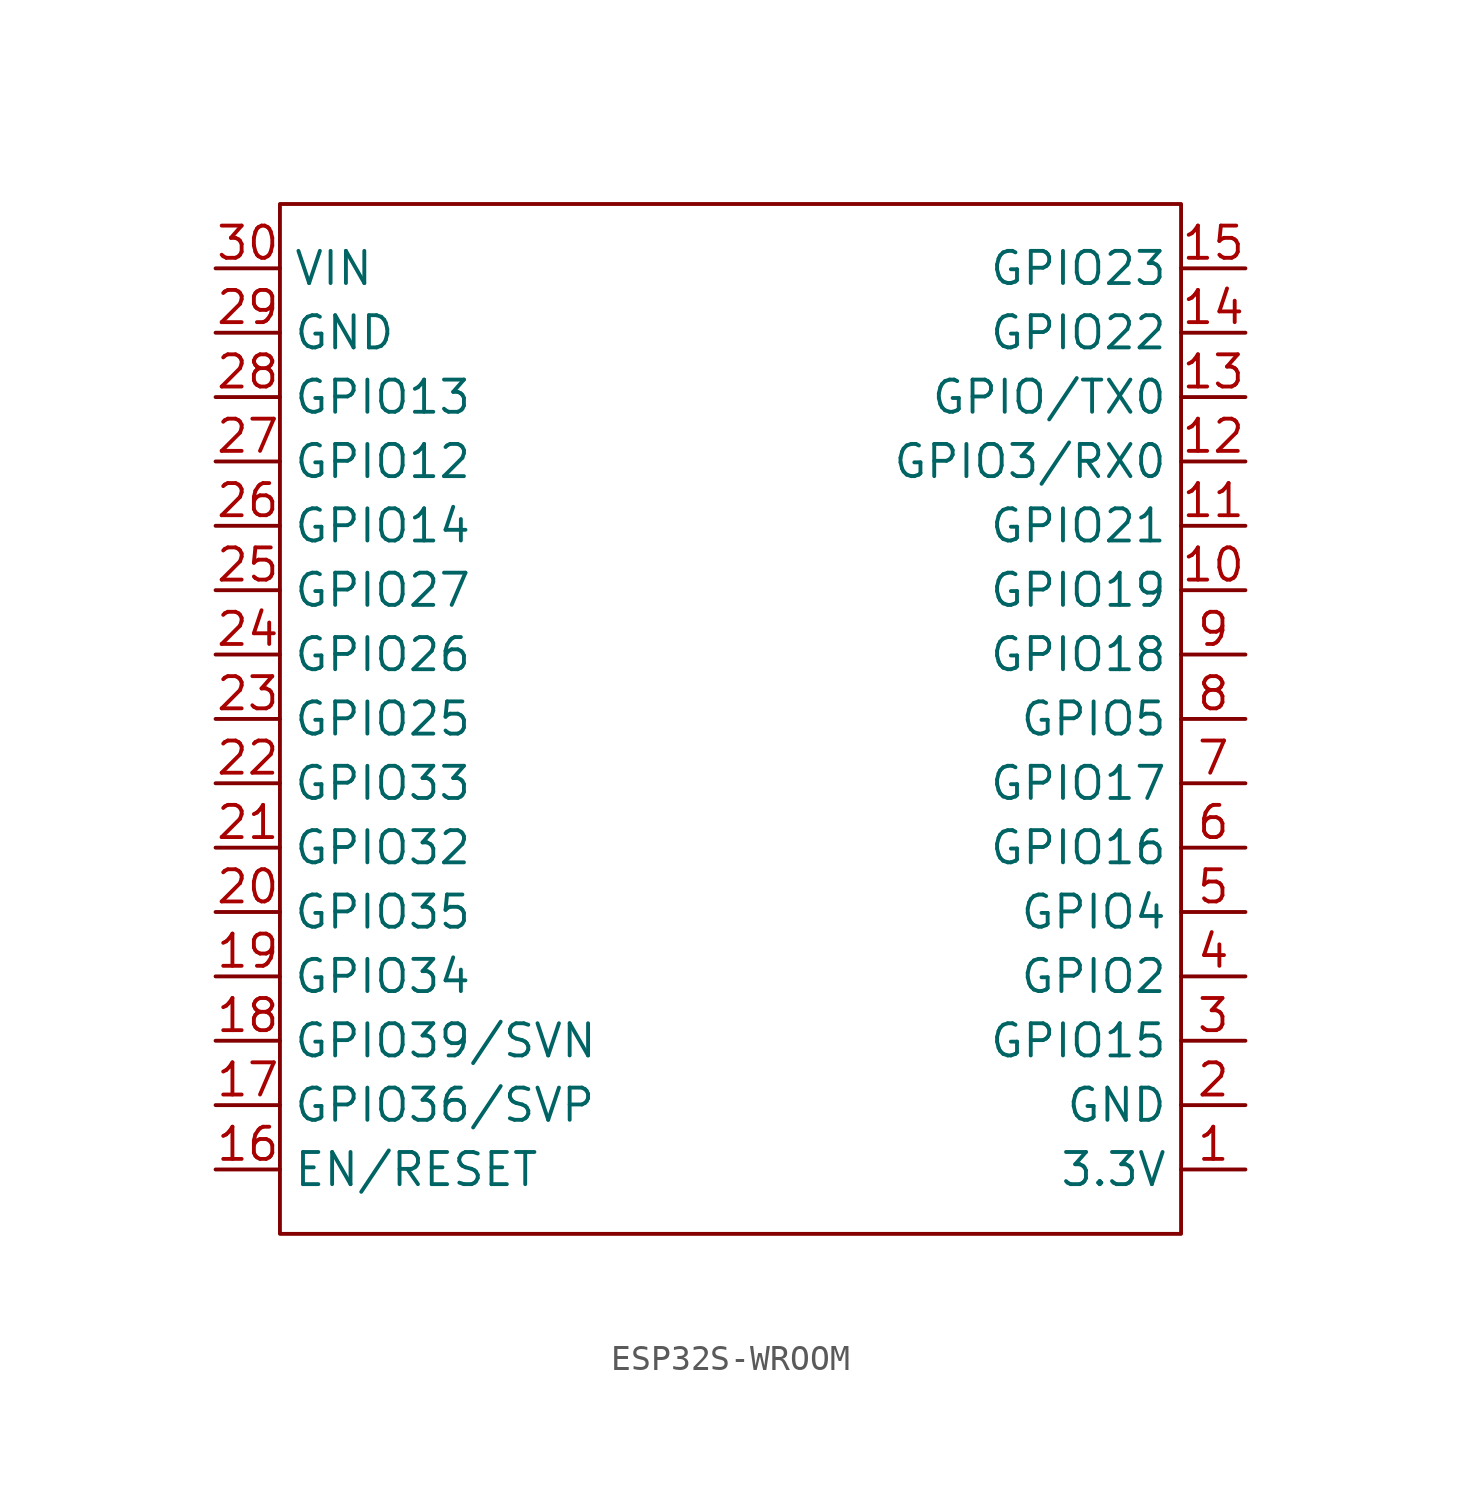
<source format=kicad_sym>
(kicad_symbol_lib
  (version 20241209)
  (generator "kicad_symbol_editor")
  (generator_version "9.0")
  (symbol "ESP32S-WROOM"
    (property "Reference" "U"
      (at 0 11.43 0)
      (effects (font (size 1.27 1.27)) (hide yes)))
    (property "Value" ""
      (at 0 0 0)
      (effects (font (size 1.27 1.27))))
    (symbol "ESP32S-WROOM_0_1"
      (rectangle (start -16.51 19.05) (end 19.05 -21.59) (stroke (width 0) (type default)) (fill (type none))))
    (symbol "ESP32S-WROOM_1_1"
      (pin power_in line (at -19.05 16.51 0) (length 2.54) (name "VIN" (effects (font (size 1.27 1.27)))) (number "30" (effects (font (size 1.27 1.27)))))
      (pin bidirectional line (at -19.05 13.97 0) (length 2.54) (name "GND" (effects (font (size 1.27 1.27)))) (number "29" (effects (font (size 1.27 1.27)))))
      (pin bidirectional line (at -19.05 11.43 0) (length 2.54) (name "GPIO13" (effects (font (size 1.27 1.27)))) (number "28" (effects (font (size 1.27 1.27)))))
      (pin bidirectional line (at -19.05 8.89 0) (length 2.54) (name "GPIO12" (effects (font (size 1.27 1.27)))) (number "27" (effects (font (size 1.27 1.27)))))
      (pin bidirectional line (at -19.05 6.35 0) (length 2.54) (name "GPIO14" (effects (font (size 1.27 1.27)))) (number "26" (effects (font (size 1.27 1.27)))))
      (pin bidirectional line (at -19.05 3.81 0) (length 2.54) (name "GPIO27" (effects (font (size 1.27 1.27)))) (number "25" (effects (font (size 1.27 1.27)))))
      (pin bidirectional line (at -19.05 1.27 0) (length 2.54) (name "GPIO26" (effects (font (size 1.27 1.27)))) (number "24" (effects (font (size 1.27 1.27)))))
      (pin bidirectional line (at -19.05 -1.27 0) (length 2.54) (name "GPIO25" (effects (font (size 1.27 1.27)))) (number "23" (effects (font (size 1.27 1.27)))))
      (pin bidirectional line (at -19.05 -3.81 0) (length 2.54) (name "GPIO33" (effects (font (size 1.27 1.27)))) (number "22" (effects (font (size 1.27 1.27)))))
      (pin bidirectional line (at -19.05 -6.35 0) (length 2.54) (name "GPIO32" (effects (font (size 1.27 1.27)))) (number "21" (effects (font (size 1.27 1.27)))))
      (pin bidirectional line (at -19.05 -8.89 0) (length 2.54) (name "GPIO35" (effects (font (size 1.27 1.27)))) (number "20" (effects (font (size 1.27 1.27)))))
      (pin bidirectional line (at -19.05 -11.43 0) (length 2.54) (name "GPIO34" (effects (font (size 1.27 1.27)))) (number "19" (effects (font (size 1.27 1.27)))))
      (pin bidirectional line (at -19.05 -13.97 0) (length 2.54) (name "GPIO39/SVN" (effects (font (size 1.27 1.27)))) (number "18" (effects (font (size 1.27 1.27)))))
      (pin bidirectional line (at -19.05 -16.51 0) (length 2.54) (name "GPIO36/SVP" (effects (font (size 1.27 1.27)))) (number "17" (effects (font (size 1.27 1.27)))))
      (pin bidirectional line (at -19.05 -19.05 0) (length 2.54) (name "EN/RESET" (effects (font (size 1.27 1.27)))) (number "16" (effects (font (size 1.27 1.27)))))
      (pin bidirectional line (at 21.59 16.51 180) (length 2.54) (name "GPIO23" (effects (font (size 1.27 1.27)))) (number "15" (effects (font (size 1.27 1.27)))))
      (pin bidirectional line (at 21.59 13.97 180) (length 2.54) (name "GPIO22" (effects (font (size 1.27 1.27)))) (number "14" (effects (font (size 1.27 1.27)))))
      (pin bidirectional line (at 21.59 11.43 180) (length 2.54) (name "GPIO/TX0" (effects (font (size 1.27 1.27)))) (number "13" (effects (font (size 1.27 1.27)))))
      (pin bidirectional line (at 21.59 8.89 180) (length 2.54) (name "GPIO3/RX0" (effects (font (size 1.27 1.27)))) (number "12" (effects (font (size 1.27 1.27)))))
      (pin bidirectional line (at 21.59 6.35 180) (length 2.54) (name "GPIO21" (effects (font (size 1.27 1.27)))) (number "11" (effects (font (size 1.27 1.27)))))
      (pin bidirectional line (at 21.59 3.81 180) (length 2.54) (name "GPIO19" (effects (font (size 1.27 1.27)))) (number "10" (effects (font (size 1.27 1.27)))))
      (pin bidirectional line (at 21.59 1.27 180) (length 2.54) (name "GPIO18" (effects (font (size 1.27 1.27)))) (number "9" (effects (font (size 1.27 1.27)))))
      (pin bidirectional line (at 21.59 -1.27 180) (length 2.54) (name "GPIO5" (effects (font (size 1.27 1.27)))) (number "8" (effects (font (size 1.27 1.27)))))
      (pin bidirectional line (at 21.59 -3.81 180) (length 2.54) (name "GPIO17" (effects (font (size 1.27 1.27)))) (number "7" (effects (font (size 1.27 1.27)))))
      (pin bidirectional line (at 21.59 -6.35 180) (length 2.54) (name "GPIO16" (effects (font (size 1.27 1.27)))) (number "6" (effects (font (size 1.27 1.27)))))
      (pin bidirectional line (at 21.59 -8.89 180) (length 2.54) (name "GPIO4" (effects (font (size 1.27 1.27)))) (number "5" (effects (font (size 1.27 1.27)))))
      (pin bidirectional line (at 21.59 -11.43 180) (length 2.54) (name "GPIO2" (effects (font (size 1.27 1.27)))) (number "4" (effects (font (size 1.27 1.27)))))
      (pin bidirectional line (at 21.59 -13.97 180) (length 2.54) (name "GPIO15" (effects (font (size 1.27 1.27)))) (number "3" (effects (font (size 1.27 1.27)))))
      (pin bidirectional line (at 21.59 -16.51 180) (length 2.54) (name "GND" (effects (font (size 1.27 1.27)))) (number "2" (effects (font (size 1.27 1.27)))))
      (pin bidirectional line (at 21.59 -19.05 180) (length 2.54) (name "3.3V" (effects (font (size 1.27 1.27)))) (number "1" (effects (font (size 1.27 1.27))))))))
</source>
